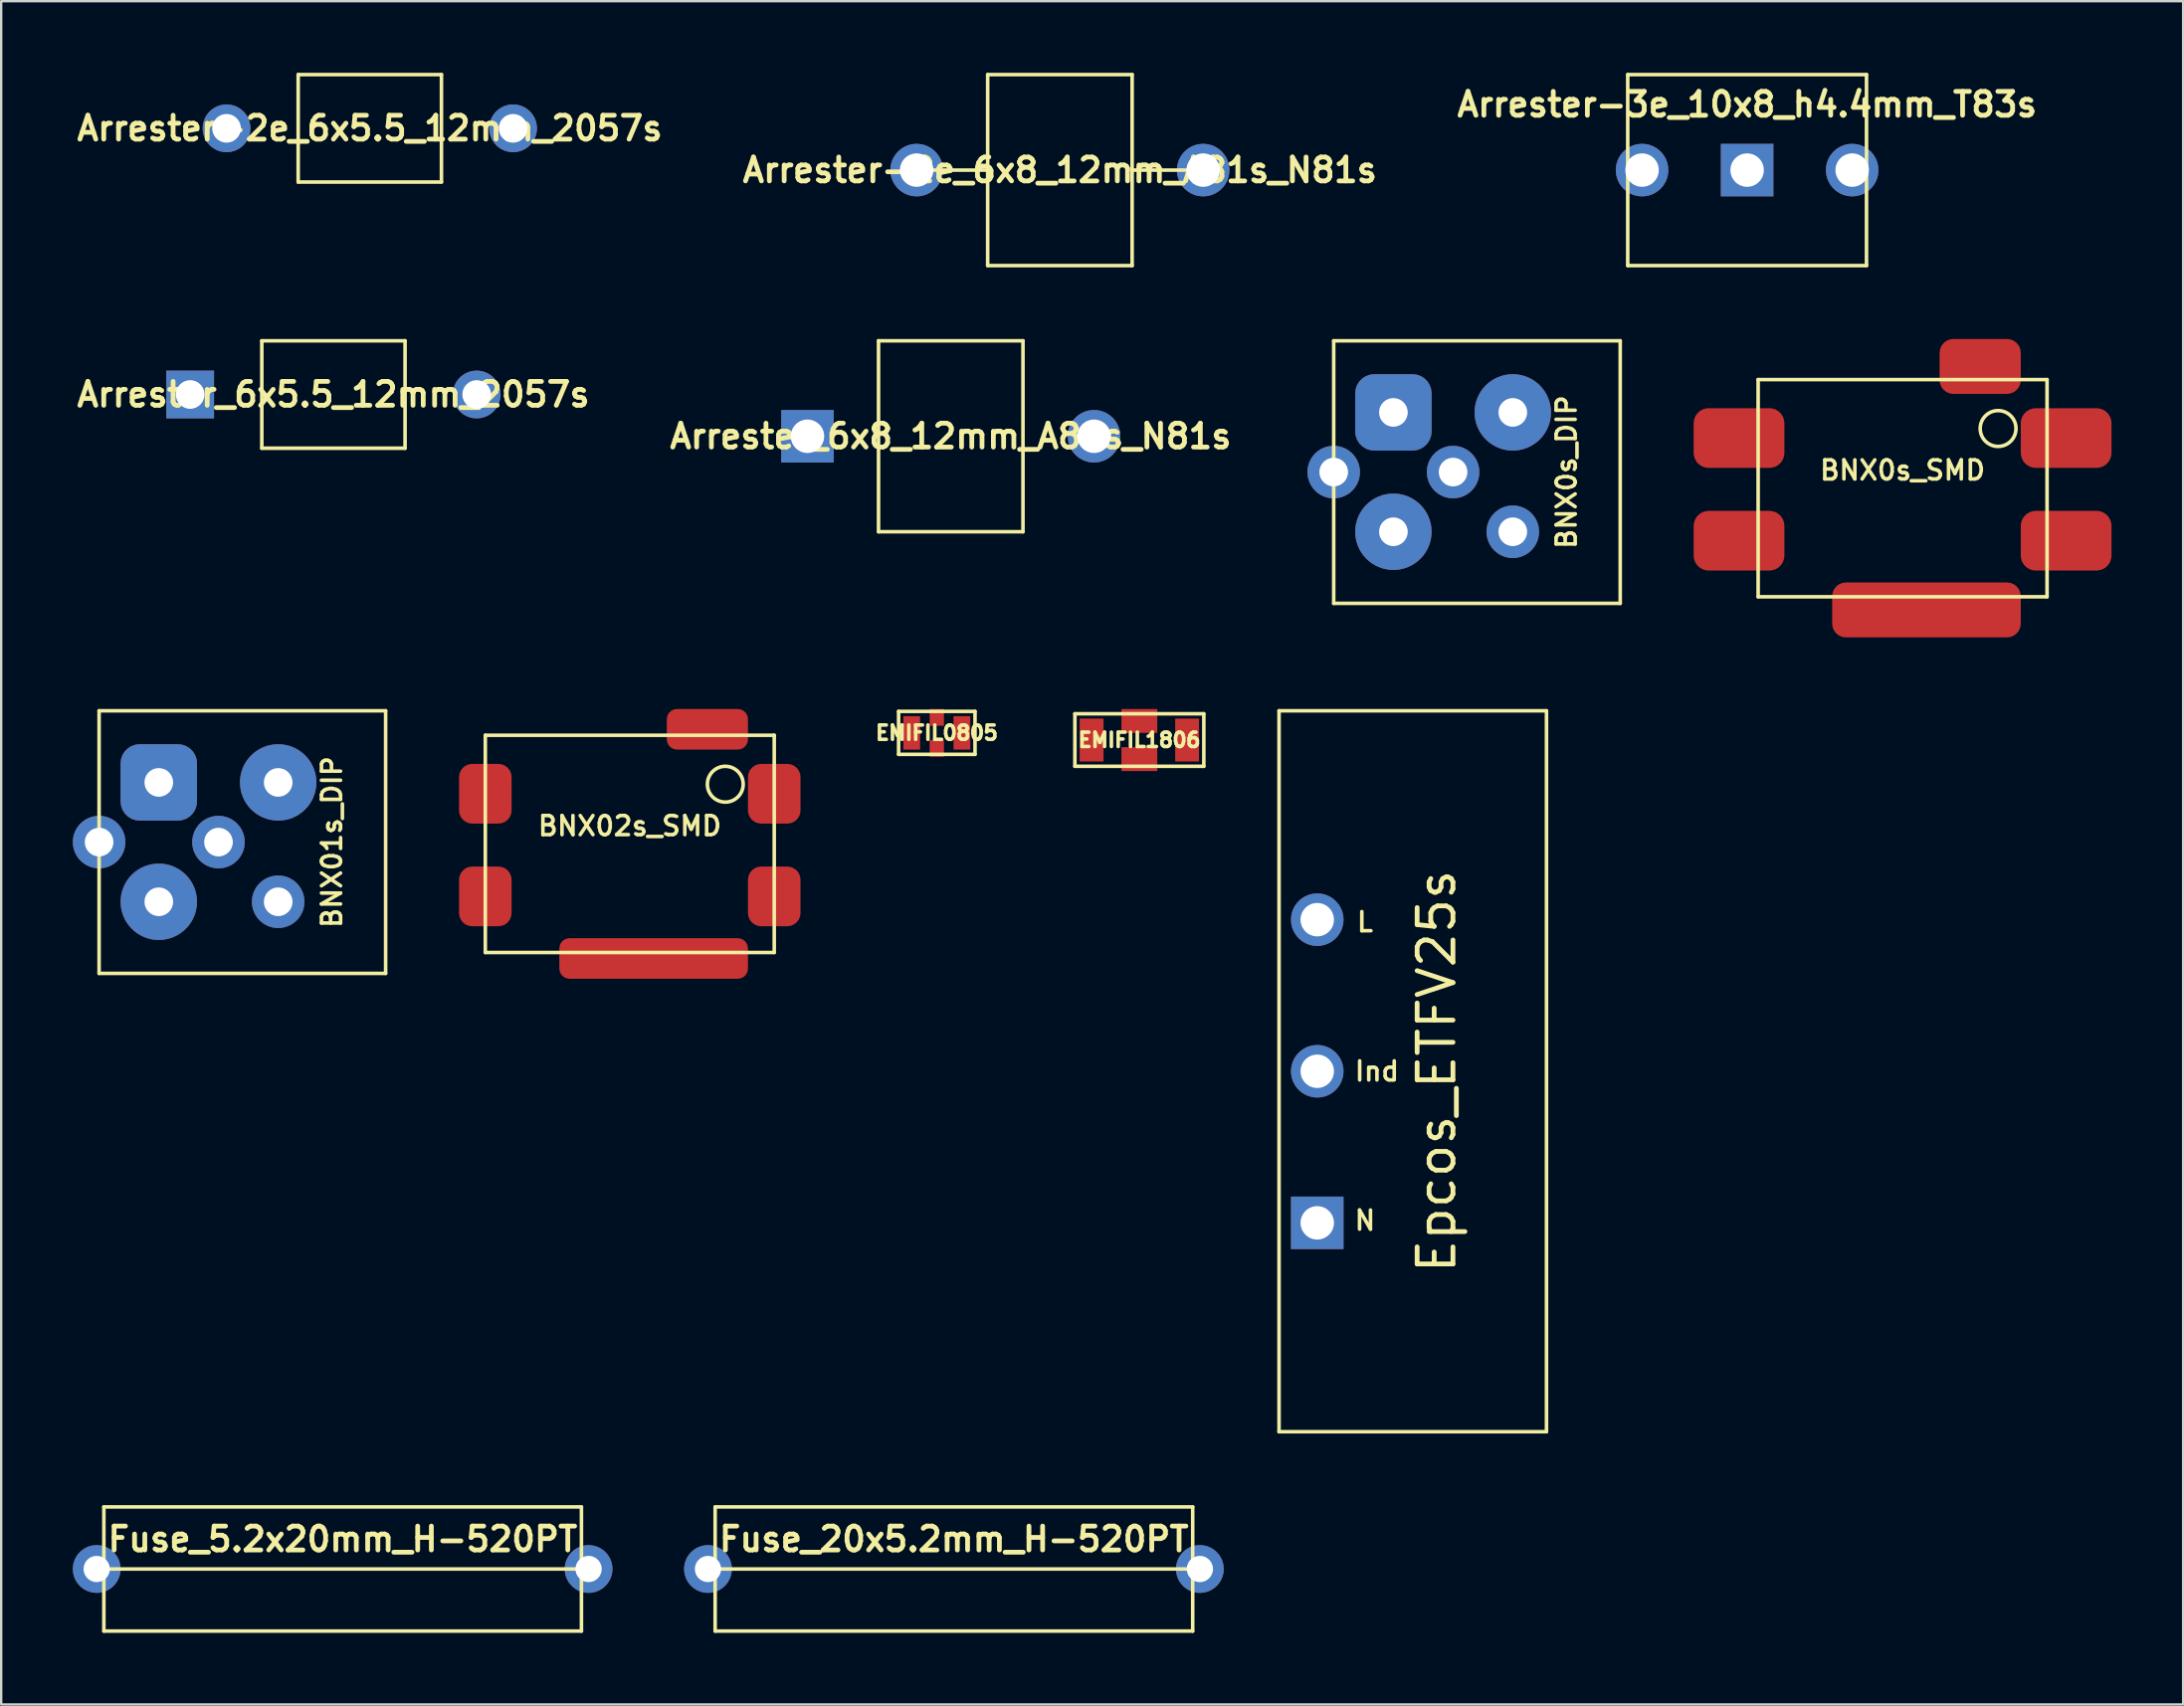
<source format=kicad_pcb>
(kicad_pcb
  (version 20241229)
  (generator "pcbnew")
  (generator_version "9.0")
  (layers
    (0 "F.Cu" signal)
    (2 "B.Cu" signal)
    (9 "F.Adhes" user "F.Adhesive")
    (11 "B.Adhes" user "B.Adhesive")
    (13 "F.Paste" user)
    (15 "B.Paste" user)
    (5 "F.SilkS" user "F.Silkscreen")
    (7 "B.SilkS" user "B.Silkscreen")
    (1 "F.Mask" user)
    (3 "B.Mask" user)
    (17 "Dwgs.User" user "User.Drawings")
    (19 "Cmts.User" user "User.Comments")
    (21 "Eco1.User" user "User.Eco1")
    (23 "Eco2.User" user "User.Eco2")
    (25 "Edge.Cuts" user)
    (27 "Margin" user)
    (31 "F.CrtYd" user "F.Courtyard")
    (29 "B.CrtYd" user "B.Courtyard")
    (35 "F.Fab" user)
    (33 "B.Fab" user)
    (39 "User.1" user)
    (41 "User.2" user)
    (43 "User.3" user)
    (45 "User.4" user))
  (footprint "BNX01s_DIP"
    (layer "F.Cu")
    (at 7.1 32.225)
    (property "Reference" "BNX01s_DIP" (at 3.75 0 90) (layer "F.SilkS") (effects (font (size 0.8 0.8) (thickness 0.15))))
    (attr through_hole)
    (fp_line (start -6 -5.5) (end -6 5.5) (stroke (width 0.15) (type solid)) (layer "F.SilkS"))
    (fp_line (start -6 -5.5) (end 6 -5.5) (stroke (width 0.15) (type solid)) (layer "F.SilkS"))
    (fp_line (start -6 5.5) (end 6 5.5) (stroke (width 0.15) (type solid)) (layer "F.SilkS"))
    (fp_line (start 6 5.5) (end 6 -5.5) (stroke (width 0.15) (type solid)) (layer "F.SilkS"))
    (pad "1" thru_hole roundrect (at -3.5 -2.5) (size 3.2 3.2) (drill 1.2) (layers "*.Cu" "*.Mask") (roundrect_rratio 0.25))
    (pad "2" thru_hole circle (at -3.5 2.5) (size 3.2 3.2) (drill 1.2) (layers "*.Cu" "*.Mask"))
    (pad "3" thru_hole circle (at 1.5 -2.5) (size 3.2 3.2) (drill 1.2) (layers "*.Cu" "*.Mask"))
    (pad "4" thru_hole circle (at -6 0) (size 2.2 2.2) (drill 1.2) (layers "*.Cu" "*.Mask"))
    (pad "4" thru_hole circle (at -1 0) (size 2.2 2.2) (drill 1.2) (layers "*.Cu" "*.Mask"))
    (pad "4" thru_hole circle (at 1.5 2.5) (size 2.2 2.2) (drill 1.2) (layers "*.Cu" "*.Mask")))
  (footprint "BNX0s_DIP"
    (layer "F.Cu")
    (at 58.805 16.725)
    (property "Reference" "BNX0s_DIP" (at 3.75 0 90) (layer "F.SilkS") (effects (font (size 0.8 0.8) (thickness 0.15))))
    (attr through_hole)
    (fp_line (start -6 -5.5) (end -6 5.5) (stroke (width 0.15) (type solid)) (layer "F.SilkS"))
    (fp_line (start -6 -5.5) (end 6 -5.5) (stroke (width 0.15) (type solid)) (layer "F.SilkS"))
    (fp_line (start -6 5.5) (end 6 5.5) (stroke (width 0.15) (type solid)) (layer "F.SilkS"))
    (fp_line (start 6 5.5) (end 6 -5.5) (stroke (width 0.15) (type solid)) (layer "F.SilkS"))
    (pad "1" thru_hole roundrect (at -3.5 -2.5) (size 3.2 3.2) (drill 1.2) (layers "*.Cu" "*.Mask") (roundrect_rratio 0.25))
    (pad "2" thru_hole circle (at -3.5 2.5) (size 3.2 3.2) (drill 1.2) (layers "*.Cu" "*.Mask"))
    (pad "3" thru_hole circle (at 1.5 -2.5) (size 3.2 3.2) (drill 1.2) (layers "*.Cu" "*.Mask"))
    (pad "4" thru_hole circle (at -6 0) (size 2.2 2.2) (drill 1.2) (layers "*.Cu" "*.Mask"))
    (pad "4" thru_hole circle (at -1 0) (size 2.2 2.2) (drill 1.2) (layers "*.Cu" "*.Mask"))
    (pad "4" thru_hole circle (at 1.5 2.5) (size 2.2 2.2) (drill 1.2) (layers "*.Cu" "*.Mask")))
  (footprint "Arrester_6x8_12mm_A81s_N81s"
    (layer "F.Cu")
    (at 36.767 15.225)
    (property "Reference" "Arrester_6x8_12mm_A81s_N81s" (at 0 0 0) (layer "F.SilkS") (effects (font (size 1 1) (thickness 0.2))))
    (attr through_hole)
    (fp_line (start -3.025 -4) (end -3.025 4) (stroke (width 0.15) (type solid)) (layer "F.SilkS"))
    (fp_line (start -3.025 4) (end 3.025 4) (stroke (width 0.15) (type solid)) (layer "F.SilkS"))
    (fp_line (start 3.025 -4) (end -3.025 -4) (stroke (width 0.15) (type solid)) (layer "F.SilkS"))
    (fp_line (start 3.025 4) (end 3.025 -4) (stroke (width 0.15) (type solid)) (layer "F.SilkS"))
    (pad "1" thru_hole rect (at -6 0) (size 2.2 2.2) (drill 1.4) (layers "*.Cu" "*.Mask"))
    (pad "2" thru_hole circle (at 6 0) (size 2.2 2.2) (drill 1.4) (layers "*.Cu" "*.Mask")))
  (footprint "Fuse_5.2x20mm_H-520PT"
    (layer "F.Cu")
    (at 11.3 62.675)
    (property "Reference" "Fuse_5.2x20mm_H-520PT" (at 0 -1.25 0) (layer "F.SilkS") (effects (font (size 1 1) (thickness 0.2))))
    (attr through_hole)
    (fp_line (start -10 -2.6) (end 10 -2.6) (stroke (width 0.15) (type solid)) (layer "F.SilkS"))
    (fp_line (start -10 2.6) (end -10 -2.6) (stroke (width 0.15) (type solid)) (layer "F.SilkS"))
    (fp_line (start 10 -2.6) (end 10 2.6) (stroke (width 0.15) (type solid)) (layer "F.SilkS"))
    (fp_line (start 10 0) (end -10 0) (stroke (width 0.15) (type solid)) (layer "F.SilkS"))
    (fp_line (start 10 2.6) (end -10 2.6) (stroke (width 0.15) (type solid)) (layer "F.SilkS"))
    (pad "1" thru_hole circle (at -10.3 0) (size 2 2) (drill 1.1) (layers "*.Cu" "*.Mask"))
    (pad "2" thru_hole circle (at 10.3 0) (size 2 2) (drill 1.1) (layers "*.Cu" "*.Mask")))
  (footprint "EMIFIL1806"
    (layer "F.Cu")
    (at 44.666 27.95)
    (property "Reference" "EMIFIL1806" (at 0 0 180) (layer "F.SilkS") (effects (font (size 0.6 0.6) (thickness 0.15))))
    (attr smd)
    (fp_line (start -2.7 -1.1) (end -2.7 1.1) (stroke (width 0.15) (type solid)) (layer "F.SilkS"))
    (fp_line (start -2.7 1.1) (end 2.7 1.1) (stroke (width 0.15) (type solid)) (layer "F.SilkS"))
    (fp_line (start 2.7 -1.1) (end -2.7 -1.1) (stroke (width 0.15) (type solid)) (layer "F.SilkS"))
    (fp_line (start 2.7 1.1) (end 2.7 -1.1) (stroke (width 0.15) (type solid)) (layer "F.SilkS"))
    (pad "1" smd rect (at -2 0) (size 1 1.8) (layers "F.Cu" "F.Mask" "F.Paste"))
    (pad "2" smd rect (at 0 -0.8) (size 1.5 1) (layers "F.Cu" "F.Mask" "F.Paste"))
    (pad "2" smd rect (at 0 0.8) (size 1.5 1) (layers "F.Cu" "F.Mask" "F.Paste"))
    (pad "3" smd rect (at 2 0) (size 1 1.8) (layers "F.Cu" "F.Mask" "F.Paste")))
  (footprint "Arrester-3e_10x8_h4.4mm_T83s"
    (layer "F.Cu")
    (at 70.119 4.075)
    (property "Reference" "Arrester-3e_10x8_h4.4mm_T83s" (at 0 -2.75 0) (layer "F.SilkS") (effects (font (size 1 1) (thickness 0.2))))
    (attr through_hole)
    (fp_line (start -5 -4) (end 5 -4) (stroke (width 0.15) (type solid)) (layer "F.SilkS"))
    (fp_line (start -5 4) (end -5 -4) (stroke (width 0.15) (type solid)) (layer "F.SilkS"))
    (fp_line (start 5 -4) (end 5 4) (stroke (width 0.15) (type solid)) (layer "F.SilkS"))
    (fp_line (start 5 4) (end -5 4) (stroke (width 0.15) (type solid)) (layer "F.SilkS"))
    (pad "1" thru_hole circle (at -4.4 0) (size 2.2 2.2) (drill 1.4) (layers "*.Cu" "*.Mask"))
    (pad "2" thru_hole rect (at 0 0) (size 2.2 2.2) (drill 1.4) (layers "*.Cu" "*.Mask"))
    (pad "3" thru_hole circle (at 4.4 0) (size 2.2 2.2) (drill 1.4) (layers "*.Cu" "*.Mask")))
  (footprint "Fuse_20x5.2mm_H-520PT"
    (layer "F.Cu")
    (at 36.9 62.675)
    (property "Reference" "Fuse_20x5.2mm_H-520PT" (at 0 -1.25 0) (layer "F.SilkS") (effects (font (size 1 1) (thickness 0.2))))
    (attr through_hole)
    (fp_line (start -10 -2.6) (end 10 -2.6) (stroke (width 0.15) (type solid)) (layer "F.SilkS"))
    (fp_line (start -10 2.6) (end -10 -2.6) (stroke (width 0.15) (type solid)) (layer "F.SilkS"))
    (fp_line (start 10 -2.6) (end 10 2.6) (stroke (width 0.15) (type solid)) (layer "F.SilkS"))
    (fp_line (start 10 0) (end -10 0) (stroke (width 0.15) (type solid)) (layer "F.SilkS"))
    (fp_line (start 10 2.6) (end -10 2.6) (stroke (width 0.15) (type solid)) (layer "F.SilkS"))
    (pad "1" thru_hole circle (at -10.3 0) (size 2 2) (drill 1.1) (layers "*.Cu" "*.Mask"))
    (pad "2" thru_hole circle (at 10.3 0) (size 2 2) (drill 1.1) (layers "*.Cu" "*.Mask")))
  (footprint "BNX02s_SMD"
    (layer "F.Cu")
    (at 23.325 32.3)
    (property "Reference" "BNX02s_SMD" (at 0 -0.75 180) (layer "F.SilkS") (effects (font (size 0.8 0.8) (thickness 0.15))))
    (attr through_hole)
    (fp_line (start -6.05 -4.55) (end -6.05 4.55) (stroke (width 0.15) (type solid)) (layer "F.SilkS"))
    (fp_line (start -6.05 -4.55) (end 6.05 -4.55) (stroke (width 0.15) (type solid)) (layer "F.SilkS"))
    (fp_line (start -6.05 4.55) (end 6.05 4.55) (stroke (width 0.15) (type solid)) (layer "F.SilkS"))
    (fp_line (start 6.05 4.55) (end 6.05 -4.55) (stroke (width 0.15) (type solid)) (layer "F.SilkS"))
    (fp_circle (center 4 -2.5) (end 4.75 -2.5) (stroke (width 0.15) (type solid)) (fill no) (layer "F.SilkS"))
    (pad "1" smd roundrect (at -6.05 -2.1) (size 2.2 2.5) (layers "F.Cu" "F.Mask" "F.Paste") (roundrect_rratio 0.25))
    (pad "2" smd roundrect (at 6.05 -2.1) (size 2.2 2.5) (layers "F.Cu" "F.Mask" "F.Paste") (roundrect_rratio 0.25))
    (pad "3" smd roundrect (at -6.05 2.2) (size 2.2 2.5) (layers "F.Cu" "F.Mask" "F.Paste") (roundrect_rratio 0.25))
    (pad "4" smd roundrect (at 1 4.8) (size 7.9 1.7) (layers "F.Cu" "F.Mask" "F.Paste") (roundrect_rratio 0.25))
    (pad "4" smd roundrect (at 3.25 -4.8) (size 3.4 1.7) (layers "F.Cu" "F.Mask" "F.Paste") (roundrect_rratio 0.25))
    (pad "4" smd roundrect (at 6.05 2.2) (size 2.2 2.5) (layers "F.Cu" "F.Mask" "F.Paste") (roundrect_rratio 0.25)))
  (footprint "Arrester_6x5.5_12mm_2057s"
    (layer "F.Cu")
    (at 10.914 13.475)
    (property "Reference" "Arrester_6x5.5_12mm_2057s" (at 0 0 0) (layer "F.SilkS") (effects (font (size 1 1) (thickness 0.2))))
    (attr through_hole)
    (fp_line (start -3 -2.25) (end -3 2.25) (stroke (width 0.15) (type solid)) (layer "F.SilkS"))
    (fp_line (start -3 2.25) (end 3 2.25) (stroke (width 0.15) (type solid)) (layer "F.SilkS"))
    (fp_line (start 3 -2.25) (end -3 -2.25) (stroke (width 0.15) (type solid)) (layer "F.SilkS"))
    (fp_line (start 3 2.25) (end 3 -2.25) (stroke (width 0.15) (type solid)) (layer "F.SilkS"))
    (pad "1" thru_hole rect (at -6 0) (size 2 2) (drill 1.2) (layers "*.Cu" "*.Mask"))
    (pad "2" thru_hole circle (at 6 0) (size 2 2) (drill 1.2) (layers "*.Cu" "*.Mask")))
  (footprint "BNX0s_SMD"
    (layer "F.Cu")
    (at 76.63 17.4)
    (property "Reference" "BNX0s_SMD" (at 0 -0.75 180) (layer "F.SilkS") (effects (font (size 0.8 0.8) (thickness 0.15))))
    (attr through_hole)
    (fp_line (start -6.05 -4.55) (end -6.05 4.55) (stroke (width 0.15) (type solid)) (layer "F.SilkS"))
    (fp_line (start -6.05 -4.55) (end 6.05 -4.55) (stroke (width 0.15) (type solid)) (layer "F.SilkS"))
    (fp_line (start -6.05 4.55) (end 6.05 4.55) (stroke (width 0.15) (type solid)) (layer "F.SilkS"))
    (fp_line (start 6.05 4.55) (end 6.05 -4.55) (stroke (width 0.15) (type solid)) (layer "F.SilkS"))
    (fp_circle (center 4 -2.5) (end 4.75 -2.5) (stroke (width 0.15) (type solid)) (fill no) (layer "F.SilkS"))
    (pad "1" smd roundrect (at -6.85 -2.1) (size 3.8 2.5) (layers "F.Cu" "F.Mask" "F.Paste") (roundrect_rratio 0.25))
    (pad "2" smd roundrect (at 6.85 -2.1) (size 3.8 2.5) (layers "F.Cu" "F.Mask" "F.Paste") (roundrect_rratio 0.25))
    (pad "3" smd roundrect (at -6.85 2.2) (size 3.8 2.5) (layers "F.Cu" "F.Mask" "F.Paste") (roundrect_rratio 0.25))
    (pad "4" smd roundrect (at 1 5.1) (size 7.9 2.3) (layers "F.Cu" "F.Mask" "F.Paste") (roundrect_rratio 0.25))
    (pad "4" smd roundrect (at 3.25 -5.1) (size 3.4 2.3) (layers "F.Cu" "F.Mask" "F.Paste") (roundrect_rratio 0.25))
    (pad "4" smd roundrect (at 6.85 2.2) (size 3.8 2.5) (layers "F.Cu" "F.Mask" "F.Paste") (roundrect_rratio 0.25)))
  (footprint "Epcos_ETFV25s"
    (layer "F.Cu")
    (at 56.116 41.825)
    (property "Reference" "Epcos_ETFV25s" (at 1 0 270) (layer "F.SilkS") (effects (font (size 1.5 1.5) (thickness 0.2))))
    (attr through_hole)
    (fp_line (start -5.6 -15.1) (end -5.6 15.1) (stroke (width 0.15) (type solid)) (layer "F.SilkS"))
    (fp_line (start -5.6 15.1) (end 5.6 15.1) (stroke (width 0.15) (type solid)) (layer "F.SilkS"))
    (fp_line (start 5.6 -15.1) (end -5.6 -15.1) (stroke (width 0.15) (type solid)) (layer "F.SilkS"))
    (fp_line (start 5.6 15.1) (end 5.6 -15.1) (stroke (width 0.15) (type solid)) (layer "F.SilkS"))
    (fp_text user "N" (at -2 6.25 0) (layer "F.SilkS") (effects (font (size 0.8 0.8) (thickness 0.15))))
    (fp_text user "Ind" (at -1.5 0 0) (layer "F.SilkS") (effects (font (size 0.8 0.8) (thickness 0.15))))
    (fp_text user "L" (at -2 -6.25 0) (layer "F.SilkS") (effects (font (size 0.8 0.8) (thickness 0.15))))
    (pad "1" thru_hole rect (at -4 6.35) (size 2.2 2.2) (drill 1.4) (layers "*.Cu" "*.Mask"))
    (pad "2" thru_hole circle (at -4 0) (size 2.2 2.2) (drill 1.4) (layers "*.Cu" "*.Mask"))
    (pad "3" thru_hole circle (at -4 -6.35) (size 2.2 2.2) (drill 1.4) (layers "*.Cu" "*.Mask")))
  (footprint "Arrester-2e_6x5.5_12mm_2057s"
    (layer "F.Cu")
    (at 12.438 2.325)
    (property "Reference" "Arrester-2e_6x5.5_12mm_2057s" (at 0 0 0) (layer "F.SilkS") (effects (font (size 1 1) (thickness 0.2))))
    (attr through_hole)
    (fp_line (start -3 -2.25) (end -3 2.25) (stroke (width 0.15) (type solid)) (layer "F.SilkS"))
    (fp_line (start -3 2.25) (end 3 2.25) (stroke (width 0.15) (type solid)) (layer "F.SilkS"))
    (fp_line (start 3 -2.25) (end -3 -2.25) (stroke (width 0.15) (type solid)) (layer "F.SilkS"))
    (fp_line (start 3 2.25) (end 3 -2.25) (stroke (width 0.15) (type solid)) (layer "F.SilkS"))
    (pad "1" thru_hole circle (at -6 0) (size 2 2) (drill 1.2) (layers "*.Cu" "*.Mask"))
    (pad "2" thru_hole circle (at 6 0) (size 2 2) (drill 1.2) (layers "*.Cu" "*.Mask")))
  (footprint "Arrester-2e_6x8_12mm_A81s_N81s"
    (layer "F.Cu")
    (at 41.338 4.075)
    (property "Reference" "Arrester-2e_6x8_12mm_A81s_N81s" (at 0 0 0) (layer "F.SilkS") (effects (font (size 1 1) (thickness 0.2))))
    (attr through_hole)
    (fp_line (start -3.025 -4) (end -3.025 4) (stroke (width 0.15) (type solid)) (layer "F.SilkS"))
    (fp_line (start -3.025 4) (end 3.025 4) (stroke (width 0.15) (type solid)) (layer "F.SilkS"))
    (fp_line (start -3 0) (end -6 0) (stroke (width 0.15) (type solid)) (layer "F.SilkS"))
    (fp_line (start 3 0) (end 6 0) (stroke (width 0.15) (type solid)) (layer "F.SilkS"))
    (fp_line (start 3.025 -4) (end -3.025 -4) (stroke (width 0.15) (type solid)) (layer "F.SilkS"))
    (fp_line (start 3.025 4) (end 3.025 -4) (stroke (width 0.15) (type solid)) (layer "F.SilkS"))
    (pad "1" thru_hole circle (at -6 0) (size 2.2 2.2) (drill 1.4) (layers "*.Cu" "*.Mask"))
    (pad "2" thru_hole circle (at 6 0) (size 2.2 2.2) (drill 1.4) (layers "*.Cu" "*.Mask")))
  (footprint "EMIFIL0805"
    (layer "F.Cu")
    (at 36.183 27.65)
    (property "Reference" "EMIFIL0805" (at 0 0 180) (layer "F.SilkS") (effects (font (size 0.6 0.6) (thickness 0.15))))
    (attr smd)
    (fp_line (start -1.6 -0.9) (end -1.6 0.9) (stroke (width 0.15) (type solid)) (layer "F.SilkS"))
    (fp_line (start -1.6 0.9) (end 1.6 0.9) (stroke (width 0.15) (type solid)) (layer "F.SilkS"))
    (fp_line (start 1.6 -0.9) (end -1.6 -0.9) (stroke (width 0.15) (type solid)) (layer "F.SilkS"))
    (fp_line (start 1.6 0.9) (end 1.6 -0.9) (stroke (width 0.15) (type solid)) (layer "F.SilkS"))
    (pad "1" smd rect (at -1.05 0) (size 0.7 1.4) (layers "F.Cu" "F.Mask" "F.Paste"))
    (pad "2" smd rect (at 0 -0.65) (size 0.6 0.7) (layers "F.Cu" "F.Mask" "F.Paste"))
    (pad "2" smd rect (at 0 0.65) (size 0.6 0.7) (layers "F.Cu" "F.Mask" "F.Paste"))
    (pad "3" smd rect (at 1.05 0) (size 0.7 1.4) (layers "F.Cu" "F.Mask" "F.Paste")))
  (gr_rect
    (start -3 -3)
    (end 88.38 68.35)
    (stroke (width 0.1) (type default))
    (fill no)
    (layer "Edge.Cuts")))
</source>
